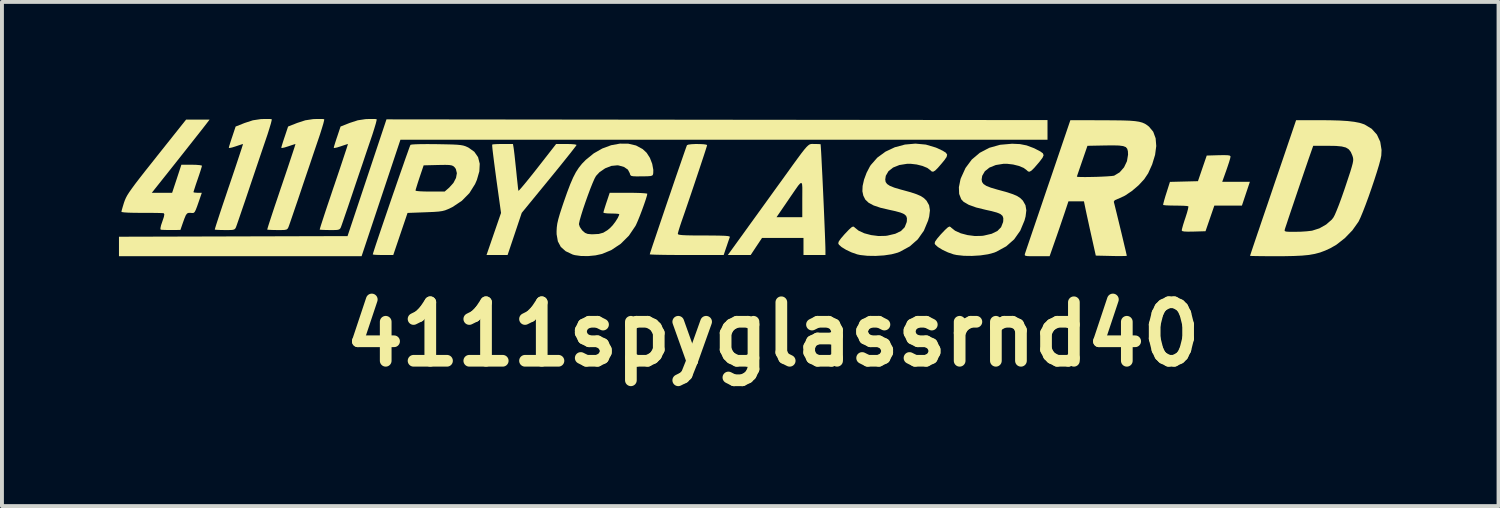
<source format=kicad_pcb>
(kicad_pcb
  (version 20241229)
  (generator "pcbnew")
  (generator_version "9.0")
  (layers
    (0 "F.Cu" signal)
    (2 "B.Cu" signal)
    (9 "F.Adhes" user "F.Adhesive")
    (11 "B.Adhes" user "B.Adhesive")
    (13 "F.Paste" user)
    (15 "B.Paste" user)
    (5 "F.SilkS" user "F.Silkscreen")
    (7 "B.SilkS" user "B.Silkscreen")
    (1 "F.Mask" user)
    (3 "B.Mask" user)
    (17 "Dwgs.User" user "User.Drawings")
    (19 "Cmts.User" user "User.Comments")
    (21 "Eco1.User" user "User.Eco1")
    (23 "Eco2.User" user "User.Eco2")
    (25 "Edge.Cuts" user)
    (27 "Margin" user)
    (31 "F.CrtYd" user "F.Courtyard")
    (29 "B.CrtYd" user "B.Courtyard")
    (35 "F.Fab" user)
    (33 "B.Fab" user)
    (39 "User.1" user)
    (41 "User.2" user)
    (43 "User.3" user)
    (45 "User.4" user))
  (footprint "4111spyglassrnd40"
    (layer "F.Cu")
    (at 16.767 5.521)
    (property "Reference" "4111spyglassrnd40" (at 0 0 0) (layer "F.SilkS") (effects (font (size 1.5 1.5) (thickness 0.3))))
    (attr board_only exclude_from_pos_files exclude_from_bom)
    (fp_poly (pts (xy -1.435 -5.501) (xy 7.038 -5.492) (xy 7.038 -5.241) (xy 7.038 -4.989) (xy -1.256 -4.989) (xy -9.551 -4.989) (xy -10.049 -3.496) (xy -10.547 -2.002) (xy -13.657 -2.002) (xy -16.767 -2.002) (xy -16.767 -2.252) (xy -16.767 -2.502) (xy -13.837 -2.51) (xy -10.907 -2.518) (xy -10.408 -4.014) (xy -9.909 -5.511)) (stroke (width 0) (type solid)) (fill yes) (layer "F.SilkS"))
    (fp_poly (pts (xy -6.649 -4.778) (xy -6.64 -4.712) (xy -6.626 -4.597) (xy -6.61 -4.447) (xy -6.592 -4.277) (xy -6.583 -4.192) (xy -6.566 -4.023) (xy -6.55 -3.876) (xy -6.538 -3.763) (xy -6.529 -3.694) (xy -6.527 -3.679) (xy -6.506 -3.695) (xy -6.453 -3.754) (xy -6.372 -3.85) (xy -6.268 -3.977) (xy -6.147 -4.128) (xy -6.039 -4.265) (xy -5.559 -4.88) (xy -5.298 -4.88) (xy -5.179 -4.877) (xy -5.088 -4.87) (xy -5.04 -4.859) (xy -5.036 -4.854) (xy -5.055 -4.825) (xy -5.11 -4.753) (xy -5.195 -4.644) (xy -5.307 -4.504) (xy -5.44 -4.338) (xy -5.591 -4.152) (xy -5.738 -3.972) (xy -6.441 -3.114) (xy -6.622 -2.574) (xy -6.804 -2.033) (xy -7.074 -2.033) (xy -7.344 -2.033) (xy -7.158 -2.573) (xy -6.972 -3.112) (xy -7.093 -3.981) (xy -7.123 -4.207) (xy -7.15 -4.412) (xy -7.172 -4.588) (xy -7.189 -4.727) (xy -7.198 -4.822) (xy -7.199 -4.864) (xy -7.199 -4.865) (xy -7.163 -4.872) (xy -7.08 -4.877) (xy -6.966 -4.88) (xy -6.925 -4.88) (xy -6.666 -4.88)) (stroke (width 0) (type solid)) (fill yes) (layer "F.SilkS"))
    (fp_poly (pts (xy 11.66 -4.591) (xy 11.71 -4.582) (xy 11.729 -4.564) (xy 11.73 -4.554) (xy 11.72 -4.506) (xy 11.693 -4.414) (xy 11.653 -4.294) (xy 11.624 -4.209) (xy 11.517 -3.91) (xy 11.872 -3.91) (xy 12.226 -3.91) (xy 12.124 -3.605) (xy 12.022 -3.3) (xy 11.668 -3.3) (xy 11.315 -3.3) (xy 11.202 -2.972) (xy 11.089 -2.643) (xy 10.784 -2.634) (xy 10.638 -2.632) (xy 10.545 -2.636) (xy 10.495 -2.646) (xy 10.479 -2.665) (xy 10.479 -2.668) (xy 10.489 -2.714) (xy 10.514 -2.805) (xy 10.551 -2.922) (xy 10.573 -2.987) (xy 10.612 -3.109) (xy 10.639 -3.208) (xy 10.65 -3.269) (xy 10.648 -3.282) (xy 10.611 -3.29) (xy 10.526 -3.296) (xy 10.407 -3.299) (xy 10.32 -3.3) (xy 10.188 -3.302) (xy 10.083 -3.306) (xy 10.017 -3.313) (xy 10.002 -3.318) (xy 10.008 -3.353) (xy 10.029 -3.434) (xy 10.062 -3.547) (xy 10.086 -3.622) (xy 10.177 -3.908) (xy 10.536 -3.917) (xy 10.895 -3.926) (xy 11.007 -4.254) (xy 11.12 -4.583) (xy 11.425 -4.592) (xy 11.568 -4.594)) (stroke (width 0) (type solid)) (fill yes) (layer "F.SilkS"))
    (fp_poly (pts (xy -12.893 -5.52) (xy -12.851 -5.515) (xy -12.85 -5.515) (xy -12.853 -5.483) (xy -12.873 -5.402) (xy -12.909 -5.282) (xy -12.956 -5.132) (xy -13.002 -4.996) (xy -13.061 -4.823) (xy -13.135 -4.605) (xy -13.219 -4.357) (xy -13.307 -4.096) (xy -13.395 -3.836) (xy -13.454 -3.66) (xy -13.528 -3.44) (xy -13.598 -3.236) (xy -13.659 -3.057) (xy -13.709 -2.911) (xy -13.745 -2.807) (xy -13.765 -2.753) (xy -13.765 -2.751) (xy -13.785 -2.712) (xy -13.813 -2.688) (xy -13.866 -2.676) (xy -13.956 -2.673) (xy -14.049 -2.673) (xy -14.167 -2.675) (xy -14.258 -2.679) (xy -14.307 -2.683) (xy -14.311 -2.685) (xy -14.303 -2.716) (xy -14.278 -2.799) (xy -14.236 -2.928) (xy -14.181 -3.097) (xy -14.114 -3.299) (xy -14.037 -3.526) (xy -13.954 -3.774) (xy -13.949 -3.787) (xy -13.865 -4.035) (xy -13.788 -4.263) (xy -13.721 -4.465) (xy -13.665 -4.634) (xy -13.622 -4.764) (xy -13.596 -4.848) (xy -13.587 -4.88) (xy -13.587 -4.88) (xy -13.62 -4.87) (xy -13.694 -4.846) (xy -13.774 -4.819) (xy -13.867 -4.79) (xy -13.931 -4.777) (xy -13.951 -4.781) (xy -13.942 -4.82) (xy -13.917 -4.902) (xy -13.881 -5.014) (xy -13.863 -5.066) (xy -13.776 -5.327) (xy -13.543 -5.419) (xy -13.334 -5.487) (xy -13.135 -5.517) (xy -13.091 -5.519) (xy -12.979 -5.521)) (stroke (width 0) (type solid)) (fill yes) (layer "F.SilkS"))
    (fp_poly (pts (xy -11.548 -5.52) (xy -11.506 -5.515) (xy -11.505 -5.515) (xy -11.508 -5.483) (xy -11.528 -5.402) (xy -11.564 -5.282) (xy -11.611 -5.132) (xy -11.657 -4.996) (xy -11.716 -4.823) (xy -11.79 -4.605) (xy -11.873 -4.357) (xy -11.962 -4.096) (xy -12.05 -3.836) (xy -12.109 -3.66) (xy -12.183 -3.44) (xy -12.253 -3.236) (xy -12.314 -3.057) (xy -12.364 -2.911) (xy -12.4 -2.807) (xy -12.42 -2.753) (xy -12.42 -2.751) (xy -12.44 -2.712) (xy -12.468 -2.688) (xy -12.521 -2.676) (xy -12.611 -2.673) (xy -12.704 -2.673) (xy -12.822 -2.675) (xy -12.913 -2.679) (xy -12.962 -2.683) (xy -12.966 -2.685) (xy -12.958 -2.716) (xy -12.933 -2.799) (xy -12.891 -2.928) (xy -12.836 -3.097) (xy -12.769 -3.299) (xy -12.692 -3.526) (xy -12.609 -3.774) (xy -12.604 -3.787) (xy -12.52 -4.035) (xy -12.443 -4.263) (xy -12.376 -4.465) (xy -12.32 -4.634) (xy -12.277 -4.764) (xy -12.251 -4.848) (xy -12.242 -4.88) (xy -12.242 -4.88) (xy -12.275 -4.87) (xy -12.349 -4.846) (xy -12.429 -4.819) (xy -12.522 -4.79) (xy -12.586 -4.777) (xy -12.606 -4.781) (xy -12.597 -4.82) (xy -12.572 -4.902) (xy -12.536 -5.014) (xy -12.518 -5.066) (xy -12.431 -5.327) (xy -12.198 -5.419) (xy -11.989 -5.487) (xy -11.79 -5.517) (xy -11.746 -5.519) (xy -11.634 -5.521)) (stroke (width 0) (type solid)) (fill yes) (layer "F.SilkS"))
    (fp_poly (pts (xy -10.203 -5.52) (xy -10.161 -5.515) (xy -10.16 -5.515) (xy -10.163 -5.483) (xy -10.183 -5.402) (xy -10.219 -5.282) (xy -10.266 -5.132) (xy -10.312 -4.996) (xy -10.371 -4.823) (xy -10.445 -4.605) (xy -10.528 -4.357) (xy -10.617 -4.096) (xy -10.705 -3.836) (xy -10.764 -3.66) (xy -10.838 -3.44) (xy -10.907 -3.236) (xy -10.969 -3.057) (xy -11.019 -2.911) (xy -11.055 -2.807) (xy -11.075 -2.753) (xy -11.075 -2.751) (xy -11.095 -2.712) (xy -11.123 -2.688) (xy -11.176 -2.676) (xy -11.266 -2.673) (xy -11.359 -2.673) (xy -11.477 -2.675) (xy -11.568 -2.679) (xy -11.617 -2.683) (xy -11.621 -2.685) (xy -11.613 -2.716) (xy -11.588 -2.799) (xy -11.546 -2.928) (xy -11.491 -3.097) (xy -11.424 -3.299) (xy -11.347 -3.526) (xy -11.264 -3.774) (xy -11.259 -3.787) (xy -11.175 -4.035) (xy -11.098 -4.263) (xy -11.031 -4.465) (xy -10.975 -4.634) (xy -10.932 -4.764) (xy -10.906 -4.848) (xy -10.897 -4.88) (xy -10.897 -4.88) (xy -10.93 -4.87) (xy -11.004 -4.846) (xy -11.084 -4.819) (xy -11.177 -4.79) (xy -11.241 -4.777) (xy -11.261 -4.781) (xy -11.252 -4.82) (xy -11.227 -4.902) (xy -11.191 -5.014) (xy -11.173 -5.066) (xy -11.086 -5.327) (xy -10.853 -5.419) (xy -10.644 -5.487) (xy -10.445 -5.517) (xy -10.401 -5.519) (xy -10.289 -5.521)) (stroke (width 0) (type solid)) (fill yes) (layer "F.SilkS"))
    (fp_poly (pts (xy 1.04 -4.88) (xy 1.066 -4.88) (xy 1.155 -4.878) (xy 1.211 -4.875) (xy 1.221 -4.872) (xy 1.226 -4.804) (xy 1.234 -4.682) (xy 1.243 -4.515) (xy 1.253 -4.312) (xy 1.265 -4.08) (xy 1.277 -3.829) (xy 1.289 -3.567) (xy 1.301 -3.303) (xy 1.312 -3.045) (xy 1.322 -2.803) (xy 1.331 -2.584) (xy 1.338 -2.397) (xy 1.343 -2.252) (xy 1.345 -2.156) (xy 1.345 -2.141) (xy 1.345 -2.033) (xy 1.064 -2.033) (xy 0.782 -2.033) (xy 0.782 -2.252) (xy 0.782 -2.471) (xy 0.25 -2.471) (xy -0.281 -2.471) (xy -0.427 -2.252) (xy -0.572 -2.033) (xy -0.865 -2.033) (xy -1.158 -2.033) (xy -0.745 -2.604) (xy -0.609 -2.793) (xy -0.457 -3.003) (xy 0.091 -3.003) (xy 0.421 -3.003) (xy 0.751 -3.003) (xy 0.751 -3.476) (xy 0.752 -3.643) (xy 0.752 -3.767) (xy 0.746 -3.847) (xy 0.73 -3.882) (xy 0.699 -3.871) (xy 0.648 -3.814) (xy 0.573 -3.708) (xy 0.468 -3.555) (xy 0.364 -3.402) (xy 0.091 -3.003) (xy -0.457 -3.003) (xy -0.447 -3.017) (xy -0.27 -3.262) (xy -0.089 -3.513) (xy 0.086 -3.756) (xy 0.198 -3.91) (xy 0.376 -4.157) (xy 0.521 -4.359) (xy 0.638 -4.519) (xy 0.73 -4.643) (xy 0.802 -4.735) (xy 0.858 -4.8) (xy 0.902 -4.842) (xy 0.937 -4.867) (xy 0.97 -4.878) (xy 1.002 -4.881)) (stroke (width 0) (type solid)) (fill yes) (layer "F.SilkS"))
    (fp_poly (pts (xy -1.877 -4.878) (xy -1.779 -4.873) (xy -1.711 -4.863) (xy -1.689 -4.85) (xy -1.699 -4.814) (xy -1.726 -4.727) (xy -1.768 -4.597) (xy -1.823 -4.431) (xy -1.887 -4.238) (xy -1.958 -4.026) (xy -2.033 -3.802) (xy -2.11 -3.574) (xy -2.186 -3.351) (xy -2.258 -3.14) (xy -2.324 -2.95) (xy -2.343 -2.896) (xy -2.385 -2.77) (xy -2.418 -2.664) (xy -2.437 -2.593) (xy -2.44 -2.576) (xy -2.429 -2.561) (xy -2.391 -2.551) (xy -2.319 -2.543) (xy -2.208 -2.538) (xy -2.049 -2.535) (xy -1.836 -2.534) (xy -1.765 -2.534) (xy -1.534 -2.533) (xy -1.36 -2.53) (xy -1.236 -2.526) (xy -1.156 -2.519) (xy -1.115 -2.509) (xy -1.105 -2.496) (xy -1.106 -2.495) (xy -1.123 -2.447) (xy -1.154 -2.358) (xy -1.191 -2.248) (xy -1.193 -2.244) (xy -1.264 -2.033) (xy -2.211 -2.033) (xy -2.448 -2.034) (xy -2.663 -2.035) (xy -2.848 -2.038) (xy -2.997 -2.041) (xy -3.102 -2.045) (xy -3.155 -2.049) (xy -3.159 -2.05) (xy -3.15 -2.084) (xy -3.122 -2.169) (xy -3.079 -2.299) (xy -3.022 -2.467) (xy -2.955 -2.666) (xy -2.88 -2.888) (xy -2.799 -3.127) (xy -2.715 -3.375) (xy -2.629 -3.625) (xy -2.546 -3.87) (xy -2.466 -4.103) (xy -2.392 -4.316) (xy -2.327 -4.504) (xy -2.274 -4.657) (xy -2.234 -4.771) (xy -2.21 -4.836) (xy -2.205 -4.849) (xy -2.167 -4.864) (xy -2.088 -4.874) (xy -1.986 -4.879)) (stroke (width 0) (type solid)) (fill yes) (layer "F.SilkS"))
    (fp_poly (pts (xy -14.533 -5.388) (xy -14.582 -5.325) (xy -14.667 -5.216) (xy -14.788 -5.063) (xy -14.941 -4.869) (xy -15.125 -4.636) (xy -15.338 -4.367) (xy -15.578 -4.065) (xy -15.757 -3.84) (xy -15.925 -3.629) (xy -15.664 -3.629) (xy -15.404 -3.629) (xy -15.285 -3.988) (xy -15.167 -4.348) (xy -14.903 -4.348) (xy -14.784 -4.345) (xy -14.692 -4.337) (xy -14.644 -4.326) (xy -14.639 -4.322) (xy -14.649 -4.283) (xy -14.675 -4.198) (xy -14.713 -4.082) (xy -14.749 -3.977) (xy -14.794 -3.846) (xy -14.829 -3.738) (xy -14.852 -3.666) (xy -14.858 -3.644) (xy -14.831 -3.634) (xy -14.763 -3.629) (xy -14.751 -3.629) (xy -14.643 -3.629) (xy -14.716 -3.417) (xy -14.764 -3.279) (xy -14.799 -3.189) (xy -14.826 -3.137) (xy -14.852 -3.114) (xy -14.886 -3.11) (xy -14.923 -3.113) (xy -14.979 -3.114) (xy -15.019 -3.099) (xy -15.052 -3.056) (xy -15.087 -2.974) (xy -15.127 -2.863) (xy -15.192 -2.676) (xy -15.429 -2.674) (xy -15.547 -2.675) (xy -15.642 -2.678) (xy -15.695 -2.682) (xy -15.698 -2.683) (xy -15.705 -2.717) (xy -15.688 -2.796) (xy -15.655 -2.893) (xy -15.616 -3.009) (xy -15.604 -3.076) (xy -15.618 -3.104) (xy -15.618 -3.104) (xy -15.661 -3.108) (xy -15.755 -3.111) (xy -15.889 -3.113) (xy -16.052 -3.114) (xy -16.18 -3.114) (xy -16.369 -3.115) (xy -16.524 -3.119) (xy -16.635 -3.126) (xy -16.695 -3.135) (xy -16.704 -3.141) (xy -16.695 -3.184) (xy -16.671 -3.268) (xy -16.638 -3.376) (xy -16.636 -3.382) (xy -16.615 -3.44) (xy -16.589 -3.499) (xy -16.554 -3.565) (xy -16.505 -3.642) (xy -16.438 -3.737) (xy -16.351 -3.856) (xy -16.238 -4.003) (xy -16.096 -4.185) (xy -15.92 -4.406) (xy -15.807 -4.549) (xy -15.046 -5.505) (xy -14.745 -5.505) (xy -14.444 -5.505)) (stroke (width 0) (type solid)) (fill yes) (layer "F.SilkS"))
    (fp_poly (pts (xy -8.67 -4.876) (xy -8.612 -4.875) (xy -8.393 -4.871) (xy -8.226 -4.867) (xy -8.102 -4.861) (xy -8.01 -4.852) (xy -7.942 -4.84) (xy -7.886 -4.823) (xy -7.834 -4.8) (xy -7.804 -4.785) (xy -7.657 -4.68) (xy -7.561 -4.542) (xy -7.518 -4.373) (xy -7.528 -4.178) (xy -7.591 -3.959) (xy -7.637 -3.853) (xy -7.783 -3.62) (xy -7.978 -3.422) (xy -8.216 -3.264) (xy -8.248 -3.248) (xy -8.333 -3.208) (xy -8.406 -3.179) (xy -8.481 -3.16) (xy -8.573 -3.147) (xy -8.695 -3.138) (xy -8.862 -3.131) (xy -8.913 -3.129) (xy -9.369 -3.112) (xy -9.552 -2.573) (xy -9.735 -2.033) (xy -9.997 -2.033) (xy -10.117 -2.035) (xy -10.208 -2.039) (xy -10.256 -2.046) (xy -10.26 -2.049) (xy -10.25 -2.085) (xy -10.222 -2.173) (xy -10.179 -2.305) (xy -10.122 -2.475) (xy -10.054 -2.676) (xy -9.978 -2.899) (xy -9.896 -3.139) (xy -9.811 -3.388) (xy -9.725 -3.638) (xy -9.708 -3.685) (xy -9.165 -3.685) (xy -9.136 -3.675) (xy -9.056 -3.667) (xy -8.938 -3.662) (xy -8.794 -3.66) (xy -8.791 -3.66) (xy -8.417 -3.66) (xy -8.301 -3.761) (xy -8.193 -3.881) (xy -8.126 -4.009) (xy -8.104 -4.132) (xy -8.131 -4.24) (xy -8.165 -4.286) (xy -8.198 -4.314) (xy -8.239 -4.331) (xy -8.302 -4.341) (xy -8.398 -4.344) (xy -8.541 -4.342) (xy -8.593 -4.341) (xy -8.956 -4.332) (xy -9.061 -4.021) (xy -9.104 -3.89) (xy -9.138 -3.781) (xy -9.16 -3.708) (xy -9.165 -3.685) (xy -9.708 -3.685) (xy -9.64 -3.883) (xy -9.559 -4.116) (xy -9.484 -4.329) (xy -9.419 -4.516) (xy -9.364 -4.669) (xy -9.324 -4.782) (xy -9.299 -4.846) (xy -9.293 -4.858) (xy -9.255 -4.866) (xy -9.164 -4.872) (xy -9.029 -4.876) (xy -8.861 -4.877)) (stroke (width 0) (type solid)) (fill yes) (layer "F.SilkS"))
    (fp_poly (pts (xy 6.331 -4.877) (xy 6.503 -4.843) (xy 6.676 -4.778) (xy 6.741 -4.747) (xy 6.855 -4.688) (xy 6.92 -4.64) (xy 6.938 -4.591) (xy 6.91 -4.526) (xy 6.84 -4.433) (xy 6.794 -4.378) (xy 6.697 -4.266) (xy 6.628 -4.198) (xy 6.579 -4.169) (xy 6.54 -4.175) (xy 6.507 -4.206) (xy 6.427 -4.266) (xy 6.304 -4.317) (xy 6.155 -4.354) (xy 6 -4.372) (xy 5.912 -4.372) (xy 5.712 -4.34) (xy 5.55 -4.275) (xy 5.432 -4.181) (xy 5.364 -4.064) (xy 5.349 -3.97) (xy 5.36 -3.906) (xy 5.397 -3.853) (xy 5.469 -3.806) (xy 5.584 -3.76) (xy 5.75 -3.711) (xy 5.806 -3.696) (xy 6.005 -3.641) (xy 6.154 -3.591) (xy 6.262 -3.544) (xy 6.341 -3.492) (xy 6.401 -3.433) (xy 6.409 -3.423) (xy 6.473 -3.31) (xy 6.495 -3.18) (xy 6.476 -3.022) (xy 6.448 -2.917) (xy 6.339 -2.656) (xy 6.183 -2.435) (xy 5.98 -2.256) (xy 5.73 -2.119) (xy 5.669 -2.094) (xy 5.512 -2.052) (xy 5.316 -2.023) (xy 5.102 -2.01) (xy 4.892 -2.013) (xy 4.709 -2.033) (xy 4.63 -2.05) (xy 4.486 -2.1) (xy 4.346 -2.166) (xy 4.23 -2.237) (xy 4.162 -2.297) (xy 4.144 -2.334) (xy 4.158 -2.381) (xy 4.21 -2.454) (xy 4.217 -2.463) (xy 4.302 -2.562) (xy 4.397 -2.662) (xy 4.419 -2.684) (xy 4.485 -2.744) (xy 4.526 -2.764) (xy 4.555 -2.75) (xy 4.568 -2.736) (xy 4.668 -2.656) (xy 4.813 -2.59) (xy 4.988 -2.544) (xy 5.175 -2.52) (xy 5.358 -2.524) (xy 5.407 -2.531) (xy 5.607 -2.578) (xy 5.753 -2.649) (xy 5.848 -2.746) (xy 5.898 -2.874) (xy 5.903 -2.904) (xy 5.905 -2.979) (xy 5.885 -3.036) (xy 5.833 -3.082) (xy 5.742 -3.121) (xy 5.603 -3.159) (xy 5.457 -3.191) (xy 5.208 -3.252) (xy 5.019 -3.32) (xy 4.889 -3.395) (xy 4.827 -3.461) (xy 4.773 -3.599) (xy 4.766 -3.771) (xy 4.806 -3.969) (xy 4.816 -4.001) (xy 4.935 -4.263) (xy 5.097 -4.481) (xy 5.302 -4.654) (xy 5.544 -4.781) (xy 5.822 -4.859) (xy 6.129 -4.886)) (stroke (width 0) (type solid)) (fill yes) (layer "F.SilkS"))
    (fp_poly (pts (xy 3.92 -4.864) (xy 4.175 -4.788) (xy 4.213 -4.772) (xy 4.35 -4.707) (xy 4.432 -4.656) (xy 4.465 -4.607) (xy 4.451 -4.546) (xy 4.393 -4.463) (xy 4.323 -4.378) (xy 4.226 -4.266) (xy 4.157 -4.198) (xy 4.107 -4.169) (xy 4.069 -4.175) (xy 4.036 -4.206) (xy 3.956 -4.266) (xy 3.832 -4.317) (xy 3.684 -4.354) (xy 3.529 -4.372) (xy 3.441 -4.372) (xy 3.24 -4.34) (xy 3.078 -4.275) (xy 2.96 -4.181) (xy 2.892 -4.064) (xy 2.878 -3.97) (xy 2.888 -3.906) (xy 2.926 -3.853) (xy 2.997 -3.806) (xy 3.112 -3.76) (xy 3.279 -3.711) (xy 3.335 -3.696) (xy 3.534 -3.641) (xy 3.683 -3.591) (xy 3.791 -3.544) (xy 3.87 -3.492) (xy 3.93 -3.433) (xy 3.938 -3.423) (xy 4.002 -3.31) (xy 4.024 -3.18) (xy 4.005 -3.022) (xy 3.977 -2.917) (xy 3.868 -2.656) (xy 3.712 -2.435) (xy 3.509 -2.256) (xy 3.259 -2.119) (xy 3.198 -2.094) (xy 3.041 -2.052) (xy 2.845 -2.023) (xy 2.631 -2.01) (xy 2.421 -2.013) (xy 2.237 -2.033) (xy 2.159 -2.05) (xy 2.015 -2.1) (xy 1.875 -2.166) (xy 1.759 -2.237) (xy 1.691 -2.297) (xy 1.673 -2.334) (xy 1.687 -2.381) (xy 1.739 -2.454) (xy 1.746 -2.463) (xy 1.831 -2.562) (xy 1.926 -2.662) (xy 1.947 -2.684) (xy 2.014 -2.744) (xy 2.054 -2.764) (xy 2.084 -2.75) (xy 2.097 -2.736) (xy 2.197 -2.656) (xy 2.342 -2.59) (xy 2.516 -2.544) (xy 2.704 -2.52) (xy 2.887 -2.524) (xy 2.936 -2.531) (xy 3.136 -2.578) (xy 3.282 -2.649) (xy 3.377 -2.746) (xy 3.427 -2.874) (xy 3.432 -2.904) (xy 3.434 -2.979) (xy 3.414 -3.036) (xy 3.362 -3.082) (xy 3.271 -3.121) (xy 3.132 -3.159) (xy 2.986 -3.191) (xy 2.755 -3.245) (xy 2.58 -3.304) (xy 2.453 -3.372) (xy 2.367 -3.454) (xy 2.316 -3.555) (xy 2.292 -3.668) (xy 2.298 -3.804) (xy 2.335 -3.968) (xy 2.399 -4.14) (xy 2.481 -4.298) (xy 2.507 -4.339) (xy 2.675 -4.53) (xy 2.884 -4.683) (xy 3.124 -4.796) (xy 3.383 -4.865) (xy 3.652 -4.889)) (stroke (width 0) (type solid)) (fill yes) (layer "F.SilkS"))
    (fp_poly (pts (xy 8.465 -5.488) (xy 8.743 -5.486) (xy 8.966 -5.483) (xy 9.143 -5.477) (xy 9.28 -5.466) (xy 9.385 -5.45) (xy 9.468 -5.428) (xy 9.534 -5.399) (xy 9.593 -5.361) (xy 9.64 -5.324) (xy 9.748 -5.194) (xy 9.81 -5.026) (xy 9.826 -4.827) (xy 9.796 -4.601) (xy 9.721 -4.355) (xy 9.618 -4.127) (xy 9.516 -3.975) (xy 9.372 -3.82) (xy 9.202 -3.675) (xy 9.025 -3.556) (xy 8.857 -3.477) (xy 8.843 -3.473) (xy 8.764 -3.439) (xy 8.738 -3.402) (xy 8.741 -3.383) (xy 8.753 -3.338) (xy 8.776 -3.245) (xy 8.808 -3.115) (xy 8.846 -2.959) (xy 8.888 -2.786) (xy 8.931 -2.609) (xy 8.972 -2.437) (xy 9.009 -2.28) (xy 9.04 -2.151) (xy 9.061 -2.059) (xy 9.071 -2.015) (xy 9.071 -2.013) (xy 9.042 -2.009) (xy 8.962 -2.007) (xy 8.843 -2.006) (xy 8.696 -2.008) (xy 8.674 -2.009) (xy 8.276 -2.018) (xy 8.161 -2.534) (xy 8.119 -2.721) (xy 8.08 -2.901) (xy 8.045 -3.06) (xy 8.019 -3.182) (xy 8.009 -3.23) (xy 7.972 -3.41) (xy 7.774 -3.41) (xy 7.575 -3.41) (xy 7.468 -3.089) (xy 7.412 -2.924) (xy 7.345 -2.727) (xy 7.276 -2.527) (xy 7.226 -2.385) (xy 7.092 -2.002) (xy 6.766 -2.002) (xy 6.621 -2.002) (xy 6.527 -2.005) (xy 6.476 -2.013) (xy 6.456 -2.028) (xy 6.456 -2.053) (xy 6.462 -2.072) (xy 6.476 -2.114) (xy 6.508 -2.21) (xy 6.557 -2.354) (xy 6.62 -2.54) (xy 6.696 -2.763) (xy 6.783 -3.018) (xy 6.878 -3.298) (xy 6.98 -3.599) (xy 7.054 -3.816) (xy 7.132 -4.043) (xy 7.79 -4.043) (xy 7.818 -4.036) (xy 7.895 -4.033) (xy 8.009 -4.032) (xy 8.147 -4.034) (xy 8.295 -4.037) (xy 8.442 -4.043) (xy 8.573 -4.05) (xy 8.677 -4.058) (xy 8.74 -4.066) (xy 8.749 -4.069) (xy 8.888 -4.153) (xy 9 -4.281) (xy 9.075 -4.438) (xy 9.103 -4.607) (xy 9.103 -4.608) (xy 9.099 -4.694) (xy 9.082 -4.757) (xy 9.045 -4.8) (xy 8.977 -4.826) (xy 8.872 -4.84) (xy 8.721 -4.844) (xy 8.524 -4.842) (xy 8.062 -4.833) (xy 7.927 -4.442) (xy 7.877 -4.297) (xy 7.835 -4.175) (xy 7.805 -4.087) (xy 7.791 -4.045) (xy 7.79 -4.043) (xy 7.132 -4.043) (xy 7.624 -5.49)) (stroke (width 0) (type solid)) (fill yes) (layer "F.SilkS"))
    (fp_poly (pts (xy -3.708 -4.887) (xy -3.511 -4.841) (xy -3.341 -4.749) (xy -3.239 -4.654) (xy -3.156 -4.525) (xy -3.096 -4.37) (xy -3.068 -4.216) (xy -3.07 -4.13) (xy -3.078 -4.093) (xy -3.097 -4.07) (xy -3.14 -4.058) (xy -3.22 -4.052) (xy -3.348 -4.05) (xy -3.368 -4.05) (xy -3.503 -4.049) (xy -3.588 -4.053) (xy -3.635 -4.063) (xy -3.658 -4.085) (xy -3.669 -4.12) (xy -3.671 -4.13) (xy -3.72 -4.222) (xy -3.818 -4.29) (xy -3.955 -4.329) (xy -3.989 -4.333) (xy -4.143 -4.318) (xy -4.302 -4.256) (xy -4.446 -4.158) (xy -4.537 -4.06) (xy -4.574 -3.993) (xy -4.624 -3.879) (xy -4.683 -3.732) (xy -4.746 -3.563) (xy -4.809 -3.386) (xy -4.868 -3.213) (xy -4.917 -3.056) (xy -4.954 -2.927) (xy -4.972 -2.84) (xy -4.974 -2.821) (xy -4.952 -2.753) (xy -4.899 -2.675) (xy -4.882 -2.656) (xy -4.818 -2.601) (xy -4.751 -2.574) (xy -4.656 -2.565) (xy -4.618 -2.565) (xy -4.467 -2.573) (xy -4.351 -2.605) (xy -4.245 -2.669) (xy -4.178 -2.724) (xy -4.108 -2.797) (xy -4.038 -2.89) (xy -3.979 -2.983) (xy -3.945 -3.058) (xy -3.941 -3.08) (xy -3.97 -3.089) (xy -4.045 -3.095) (xy -4.145 -3.097) (xy -4.248 -3.1) (xy -4.321 -3.109) (xy -4.348 -3.12) (xy -4.339 -3.159) (xy -4.314 -3.241) (xy -4.279 -3.351) (xy -4.267 -3.386) (xy -4.186 -3.629) (xy -3.704 -3.629) (xy -3.539 -3.627) (xy -3.397 -3.623) (xy -3.291 -3.616) (xy -3.231 -3.608) (xy -3.222 -3.603) (xy -3.233 -3.55) (xy -3.263 -3.452) (xy -3.306 -3.326) (xy -3.357 -3.185) (xy -3.411 -3.043) (xy -3.463 -2.915) (xy -3.507 -2.815) (xy -3.525 -2.779) (xy -3.694 -2.529) (xy -3.904 -2.32) (xy -4.148 -2.158) (xy -4.382 -2.061) (xy -4.55 -2.024) (xy -4.737 -2.006) (xy -4.921 -2.008) (xy -5.08 -2.03) (xy -5.134 -2.045) (xy -5.314 -2.13) (xy -5.439 -2.24) (xy -5.515 -2.383) (xy -5.547 -2.566) (xy -5.548 -2.643) (xy -5.543 -2.739) (xy -5.53 -2.837) (xy -5.504 -2.951) (xy -5.463 -3.093) (xy -5.404 -3.274) (xy -5.369 -3.378) (xy -5.277 -3.64) (xy -5.197 -3.85) (xy -5.124 -4.019) (xy -5.053 -4.156) (xy -4.979 -4.27) (xy -4.898 -4.372) (xy -4.803 -4.469) (xy -4.799 -4.473) (xy -4.595 -4.639) (xy -4.376 -4.764) (xy -4.149 -4.848) (xy -3.924 -4.889)) (stroke (width 0) (type solid)) (fill yes) (layer "F.SilkS"))
    (fp_poly (pts (xy 14.267 -5.488) (xy 14.524 -5.481) (xy 14.733 -5.468) (xy 14.902 -5.448) (xy 15.037 -5.422) (xy 15.146 -5.387) (xy 15.171 -5.377) (xy 15.349 -5.269) (xy 15.483 -5.12) (xy 15.568 -4.938) (xy 15.602 -4.727) (xy 15.595 -4.582) (xy 15.575 -4.485) (xy 15.537 -4.342) (xy 15.483 -4.164) (xy 15.418 -3.962) (xy 15.346 -3.748) (xy 15.271 -3.533) (xy 15.196 -3.329) (xy 15.126 -3.148) (xy 15.065 -3.001) (xy 15.017 -2.899) (xy 15.008 -2.883) (xy 14.853 -2.665) (xy 14.658 -2.464) (xy 14.443 -2.296) (xy 14.292 -2.209) (xy 14.157 -2.147) (xy 14.027 -2.098) (xy 13.891 -2.062) (xy 13.74 -2.035) (xy 13.562 -2.018) (xy 13.348 -2.008) (xy 13.087 -2.003) (xy 12.927 -2.003) (xy 12.726 -2.003) (xy 12.547 -2.004) (xy 12.401 -2.006) (xy 12.295 -2.008) (xy 12.238 -2.011) (xy 12.231 -2.013) (xy 12.241 -2.044) (xy 12.268 -2.128) (xy 12.312 -2.259) (xy 12.37 -2.431) (xy 12.44 -2.638) (xy 12.45 -2.665) (xy 13.116 -2.665) (xy 13.125 -2.644) (xy 13.163 -2.633) (xy 13.239 -2.628) (xy 13.365 -2.628) (xy 13.382 -2.628) (xy 13.533 -2.631) (xy 13.684 -2.641) (xy 13.806 -2.655) (xy 13.827 -2.659) (xy 14.009 -2.717) (xy 14.182 -2.815) (xy 14.324 -2.939) (xy 14.369 -2.997) (xy 14.403 -3.061) (xy 14.451 -3.174) (xy 14.511 -3.325) (xy 14.577 -3.505) (xy 14.646 -3.702) (xy 14.674 -3.785) (xy 14.746 -4.002) (xy 14.801 -4.168) (xy 14.838 -4.292) (xy 14.862 -4.382) (xy 14.874 -4.447) (xy 14.875 -4.496) (xy 14.868 -4.537) (xy 14.855 -4.579) (xy 14.855 -4.579) (xy 14.814 -4.675) (xy 14.761 -4.743) (xy 14.687 -4.789) (xy 14.581 -4.816) (xy 14.433 -4.83) (xy 14.243 -4.833) (xy 13.85 -4.833) (xy 13.762 -4.582) (xy 13.73 -4.491) (xy 13.684 -4.356) (xy 13.626 -4.187) (xy 13.56 -3.993) (xy 13.489 -3.784) (xy 13.416 -3.569) (xy 13.345 -3.358) (xy 13.278 -3.16) (xy 13.219 -2.985) (xy 13.172 -2.842) (xy 13.138 -2.742) (xy 13.124 -2.698) (xy 13.116 -2.665) (xy 12.45 -2.665) (xy 12.52 -2.873) (xy 12.608 -3.131) (xy 12.667 -3.303) (xy 12.766 -3.594) (xy 12.864 -3.884) (xy 12.96 -4.164) (xy 13.049 -4.425) (xy 13.128 -4.657) (xy 13.194 -4.852) (xy 13.244 -4.999) (xy 13.257 -5.036) (xy 13.411 -5.49) (xy 13.955 -5.49)) (stroke (width 0) (type solid)) (fill yes) (layer "F.SilkS")))
  (gr_rect
    (start -3 -3)
    (end 35.368 9.925)
    (stroke (width 0.1) (type default))
    (fill no)
    (layer "Edge.Cuts")))
</source>
